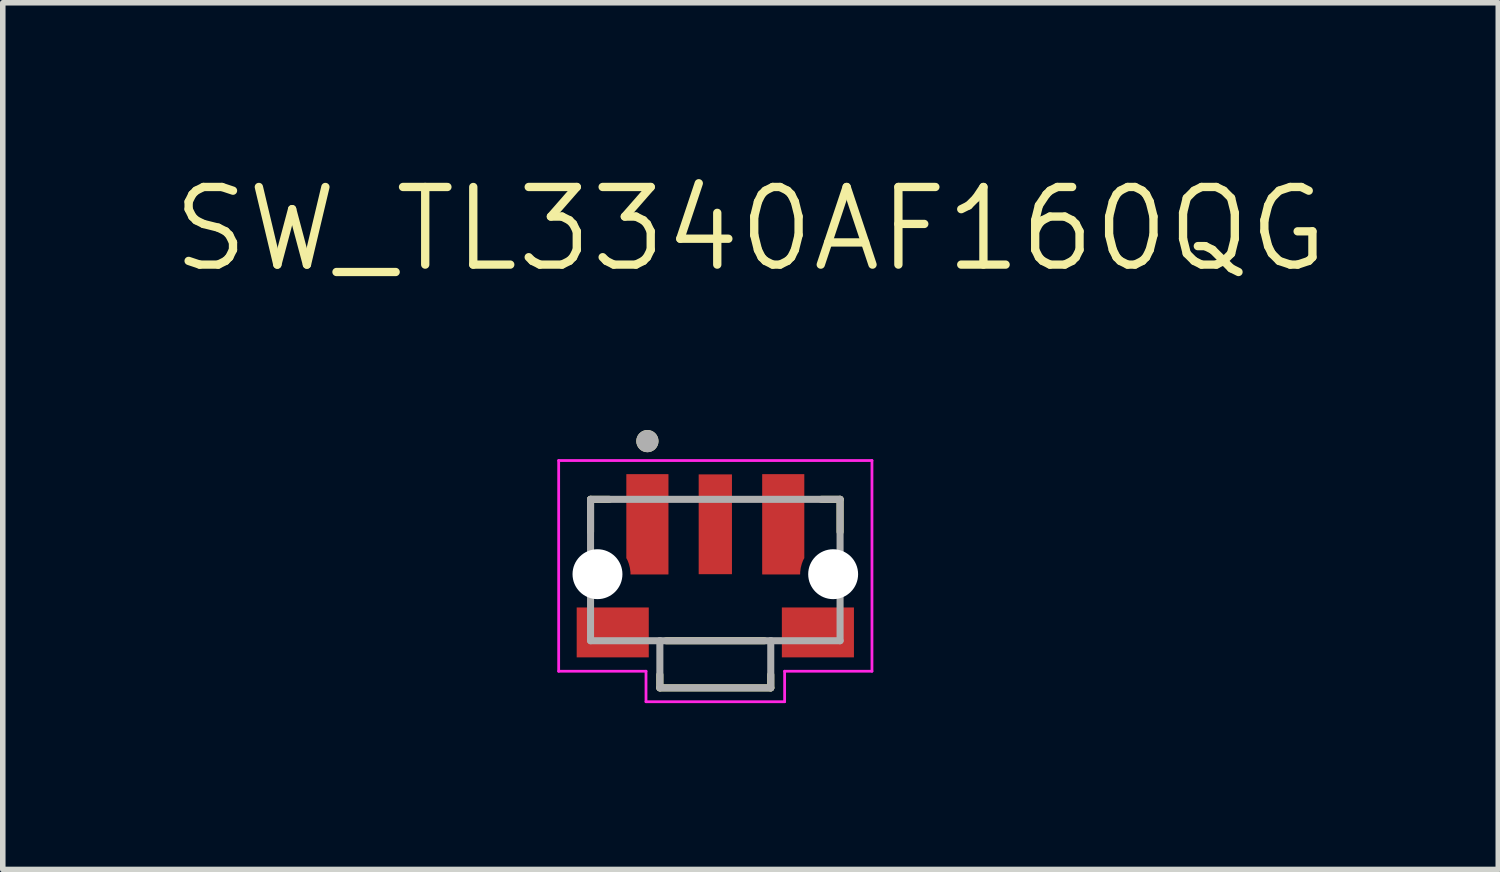
<source format=kicad_pcb>
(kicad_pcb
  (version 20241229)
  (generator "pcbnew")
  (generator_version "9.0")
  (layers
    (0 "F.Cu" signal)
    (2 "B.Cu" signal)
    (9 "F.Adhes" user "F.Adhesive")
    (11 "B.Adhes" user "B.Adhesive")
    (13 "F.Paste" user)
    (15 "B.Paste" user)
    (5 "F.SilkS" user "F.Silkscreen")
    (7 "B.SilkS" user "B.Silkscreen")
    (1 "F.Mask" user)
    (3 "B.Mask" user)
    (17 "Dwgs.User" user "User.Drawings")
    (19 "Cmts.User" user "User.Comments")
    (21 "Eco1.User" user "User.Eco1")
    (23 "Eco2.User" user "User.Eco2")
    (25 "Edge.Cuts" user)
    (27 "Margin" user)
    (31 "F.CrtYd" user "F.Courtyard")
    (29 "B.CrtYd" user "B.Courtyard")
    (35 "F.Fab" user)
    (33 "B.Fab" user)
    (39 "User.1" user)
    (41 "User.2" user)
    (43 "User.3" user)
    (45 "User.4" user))
  (footprint "SW_TL3340AF160QG"
    (layer "F.Cu")
    (at 9.85 7.305)
    (property "Reference" "SW_TL3340AF160QG" (at 0.635 -6.223 0) (layer "F.SilkS") (effects (font (size 1.4 1.4) (thickness 0.15))))
    (attr smd)
    (fp_poly (pts (xy -1.7 -1.9) (xy -0.75 -1.9) (xy -0.75 0.1) (xy -1.533 0.1) (xy -1.531 0.083) (xy -1.528 0.048) (xy -1.527 0.013) (xy -1.527 -0.021) (xy -1.528 -0.039) (xy -1.528 -0.039) (xy -1.529 -0.048) (xy -1.531 -0.067) (xy -1.534 -0.086) (xy -1.537 -0.105) (xy -1.539 -0.114) (xy -1.54 -0.123) (xy -1.544 -0.142) (xy -1.549 -0.16) (xy -1.553 -0.178) (xy -1.556 -0.187) (xy -1.569 -0.219) (xy -1.599 -0.282) (xy -1.635 -0.342) (xy -1.677 -0.397) (xy -1.7 -0.423)) (stroke (width 0.01) (type solid)) (fill yes) (layer "F.Mask"))
    (fp_poly (pts (xy 1.7 -1.9) (xy 0.75 -1.9) (xy 0.75 0.1) (xy 1.533 0.1) (xy 1.531 0.083) (xy 1.528 0.048) (xy 1.527 0.013) (xy 1.527 -0.021) (xy 1.528 -0.039) (xy 1.528 -0.039) (xy 1.529 -0.048) (xy 1.531 -0.067) (xy 1.534 -0.086) (xy 1.537 -0.105) (xy 1.539 -0.114) (xy 1.539 -0.114) (xy 1.54 -0.123) (xy 1.544 -0.142) (xy 1.549 -0.16) (xy 1.553 -0.178) (xy 1.556 -0.187) (xy 1.569 -0.219) (xy 1.599 -0.282) (xy 1.635 -0.342) (xy 1.677 -0.397) (xy 1.7 -0.423) (xy 1.7 -0.423)) (stroke (width 0.01) (type solid)) (fill yes) (layer "F.Mask"))
    (fp_line (start -2.25 -1.35) (end -2.25 -0.763) (stroke (width 0.127) (type solid)) (layer "F.SilkS"))
    (fp_line (start -1.913 -1.35) (end -2.25 -1.35) (stroke (width 0.127) (type solid)) (layer "F.SilkS"))
    (fp_line (start -1 2.05) (end -1 1.813) (stroke (width 0.127) (type solid)) (layer "F.SilkS"))
    (fp_line (start -1 2.05) (end 1 2.05) (stroke (width 0.127) (type solid)) (layer "F.SilkS"))
    (fp_line (start -0.886 1.2) (end 0.886 1.2) (stroke (width 0.127) (type solid)) (layer "F.SilkS"))
    (fp_line (start 1 2.05) (end 1 1.813) (stroke (width 0.127) (type solid)) (layer "F.SilkS"))
    (fp_line (start 1.913 -1.35) (end 2.25 -1.35) (stroke (width 0.127) (type solid)) (layer "F.SilkS"))
    (fp_line (start 2.25 -1.35) (end 2.25 -0.763) (stroke (width 0.127) (type solid)) (layer "F.SilkS"))
    (fp_circle (center -1.225 -2.4) (end -1.125 -2.4) (stroke (width 0.2) (type solid)) (fill no) (layer "F.SilkS"))
    (fp_poly (pts (xy -1.6 -1.8) (xy -0.85 -1.8) (xy -0.85 0) (xy -1.525 0) (xy -1.525 -0.009) (xy -1.525 -0.027) (xy -1.526 -0.045) (xy -1.529 -0.063) (xy -1.53 -0.071) (xy -1.53 -0.071) (xy -1.531 -0.08) (xy -1.533 -0.098) (xy -1.536 -0.116) (xy -1.54 -0.134) (xy -1.543 -0.143) (xy -1.545 -0.153) (xy -1.551 -0.175) (xy -1.557 -0.196) (xy -1.565 -0.217) (xy -1.569 -0.227) (xy -1.572 -0.236) (xy -1.579 -0.252) (xy -1.587 -0.268) (xy -1.595 -0.283) (xy -1.6 -0.29) (xy -1.6 -0.3)) (stroke (width 0.01) (type solid)) (fill yes) (layer "F.Paste"))
    (fp_poly (pts (xy 1.6 -1.8) (xy 0.85 -1.8) (xy 0.85 0) (xy 1.525 0) (xy 1.525 -0.009) (xy 1.525 -0.027) (xy 1.526 -0.045) (xy 1.529 -0.063) (xy 1.53 -0.071) (xy 1.53 -0.071) (xy 1.531 -0.08) (xy 1.533 -0.098) (xy 1.536 -0.116) (xy 1.54 -0.134) (xy 1.543 -0.143) (xy 1.545 -0.153) (xy 1.551 -0.175) (xy 1.557 -0.196) (xy 1.565 -0.217) (xy 1.569 -0.227) (xy 1.572 -0.236) (xy 1.579 -0.252) (xy 1.587 -0.268) (xy 1.595 -0.283) (xy 1.6 -0.29) (xy 1.6 -0.3)) (stroke (width 0.01) (type solid)) (fill yes) (layer "F.Paste"))
    (fp_line (start -2.825 -2.05) (end -2.825 1.75) (stroke (width 0.05) (type solid)) (layer "F.CrtYd"))
    (fp_line (start -2.825 1.75) (end -1.25 1.75) (stroke (width 0.05) (type solid)) (layer "F.CrtYd"))
    (fp_line (start -1.25 1.75) (end -1.25 2.3) (stroke (width 0.05) (type solid)) (layer "F.CrtYd"))
    (fp_line (start -1.25 2.3) (end 1.25 2.3) (stroke (width 0.05) (type solid)) (layer "F.CrtYd"))
    (fp_line (start 1.25 1.75) (end 2.825 1.75) (stroke (width 0.05) (type solid)) (layer "F.CrtYd"))
    (fp_line (start 1.25 2.3) (end 1.25 1.75) (stroke (width 0.05) (type solid)) (layer "F.CrtYd"))
    (fp_line (start 2.825 -2.05) (end -2.825 -2.05) (stroke (width 0.05) (type solid)) (layer "F.CrtYd"))
    (fp_line (start 2.825 1.75) (end 2.825 -2.05) (stroke (width 0.05) (type solid)) (layer "F.CrtYd"))
    (fp_line (start -2.25 -1.35) (end -2.25 1.2) (stroke (width 0.127) (type solid)) (layer "F.Fab"))
    (fp_line (start -2.25 1.2) (end -1 1.2) (stroke (width 0.127) (type solid)) (layer "F.Fab"))
    (fp_line (start -1 1.2) (end -1 2.05) (stroke (width 0.127) (type solid)) (layer "F.Fab"))
    (fp_line (start -1 1.2) (end 1 1.2) (stroke (width 0.127) (type solid)) (layer "F.Fab"))
    (fp_line (start -1 2.05) (end 1 2.05) (stroke (width 0.127) (type solid)) (layer "F.Fab"))
    (fp_line (start 1 1.2) (end 2.25 1.2) (stroke (width 0.127) (type solid)) (layer "F.Fab"))
    (fp_line (start 1 2.05) (end 1 1.2) (stroke (width 0.127) (type solid)) (layer "F.Fab"))
    (fp_line (start 2.25 -1.35) (end -2.25 -1.35) (stroke (width 0.127) (type solid)) (layer "F.Fab"))
    (fp_line (start 2.25 1.2) (end 2.25 -1.35) (stroke (width 0.127) (type solid)) (layer "F.Fab"))
    (fp_circle (center -1.225 -2.4) (end -1.125 -2.4) (stroke (width 0.2) (type solid)) (fill no) (layer "F.Fab"))
    (pad "" np_thru_hole circle (at -2.125 0) (size 0.9 0.9) (drill 0.9) (layers "*.Cu" "*.Mask"))
    (pad "" np_thru_hole circle (at 2.125 0) (size 0.9 0.9) (drill 0.9) (layers "*.Cu" "*.Mask"))
    (pad "1" smd custom (at -1.225 -0.9) (size 0.2 0.2) (layers "F.Cu") (options (anchor rect)) (primitives (gr_poly (pts (xy -0.375 -0.9) (xy 0.375 -0.9) (xy 0.375 0.9) (xy -0.3 0.9) (xy -0.3 0.891) (xy -0.3 0.873) (xy -0.301 0.855) (xy -0.304 0.837) (xy -0.305 0.829) (xy -0.305 0.829) (xy -0.306 0.82) (xy -0.308 0.802) (xy -0.311 0.784) (xy -0.315 0.766) (xy -0.318 0.757) (xy -0.32 0.747) (xy -0.326 0.725) (xy -0.332 0.704) (xy -0.34 0.683) (xy -0.344 0.673) (xy -0.347 0.664) (xy -0.354 0.648) (xy -0.362 0.632) (xy -0.37 0.617) (xy -0.375 0.61) (xy -0.375 0.6)) (width 0.01) (fill yes))))
    (pad "2" smd rect (at 0 -0.9) (size 0.6 1.8) (layers "F.Cu" "F.Mask" "F.Paste"))
    (pad "3" smd custom (at 1.225 -0.9) (size 0.2 0.2) (layers "F.Cu") (options (anchor rect)) (primitives (gr_poly (pts (xy 0.375 -0.9) (xy -0.375 -0.9) (xy -0.375 0.9) (xy 0.3 0.9) (xy 0.3 0.891) (xy 0.3 0.873) (xy 0.301 0.855) (xy 0.304 0.837) (xy 0.305 0.829) (xy 0.305 0.829) (xy 0.306 0.82) (xy 0.308 0.802) (xy 0.311 0.784) (xy 0.315 0.766) (xy 0.318 0.757) (xy 0.32 0.747) (xy 0.326 0.725) (xy 0.332 0.704) (xy 0.34 0.683) (xy 0.344 0.673) (xy 0.347 0.664) (xy 0.354 0.648) (xy 0.362 0.632) (xy 0.37 0.617) (xy 0.375 0.61) (xy 0.375 0.6)) (width 0.01) (fill yes))))
    (pad "S1" smd rect (at -1.85 1.05) (size 1.3 0.9) (layers "F.Cu" "F.Mask" "F.Paste"))
    (pad "S2" smd rect (at 1.85 1.05) (size 1.3 0.9) (layers "F.Cu" "F.Mask" "F.Paste"))
    (zone (net_name "") (layer "F.Cu") (hatch full 0.508) (connect_pads) (min_thickness 0.01) (filled_areas_thickness no) (keepout (tracks not_allowed) (vias not_allowed) (pads not_allowed) (copperpour not_allowed) (footprints allowed)) (placement (enabled no)) (fill) (polygon (pts (xy 8.85 7.605) (xy 10.85 7.605) (xy 10.85 8.805) (xy 8.85 8.805))))
    (zone (net_name "") (layers "F.Cu" "B.Cu") (hatch full 0.508) (connect_pads) (min_thickness 0.01) (filled_areas_thickness no) (keepout (tracks allowed) (vias not_allowed) (pads allowed) (copperpour allowed) (footprints allowed)) (placement (enabled no)) (fill) (polygon (pts (xy 8.85 7.605) (xy 10.85 7.605) (xy 10.85 8.805) (xy 8.85 8.805)))))
  (gr_rect
    (start -3 -3)
    (end 23.97 12.63)
    (stroke (width 0.1) (type default))
    (fill no)
    (layer "Edge.Cuts")))
</source>
